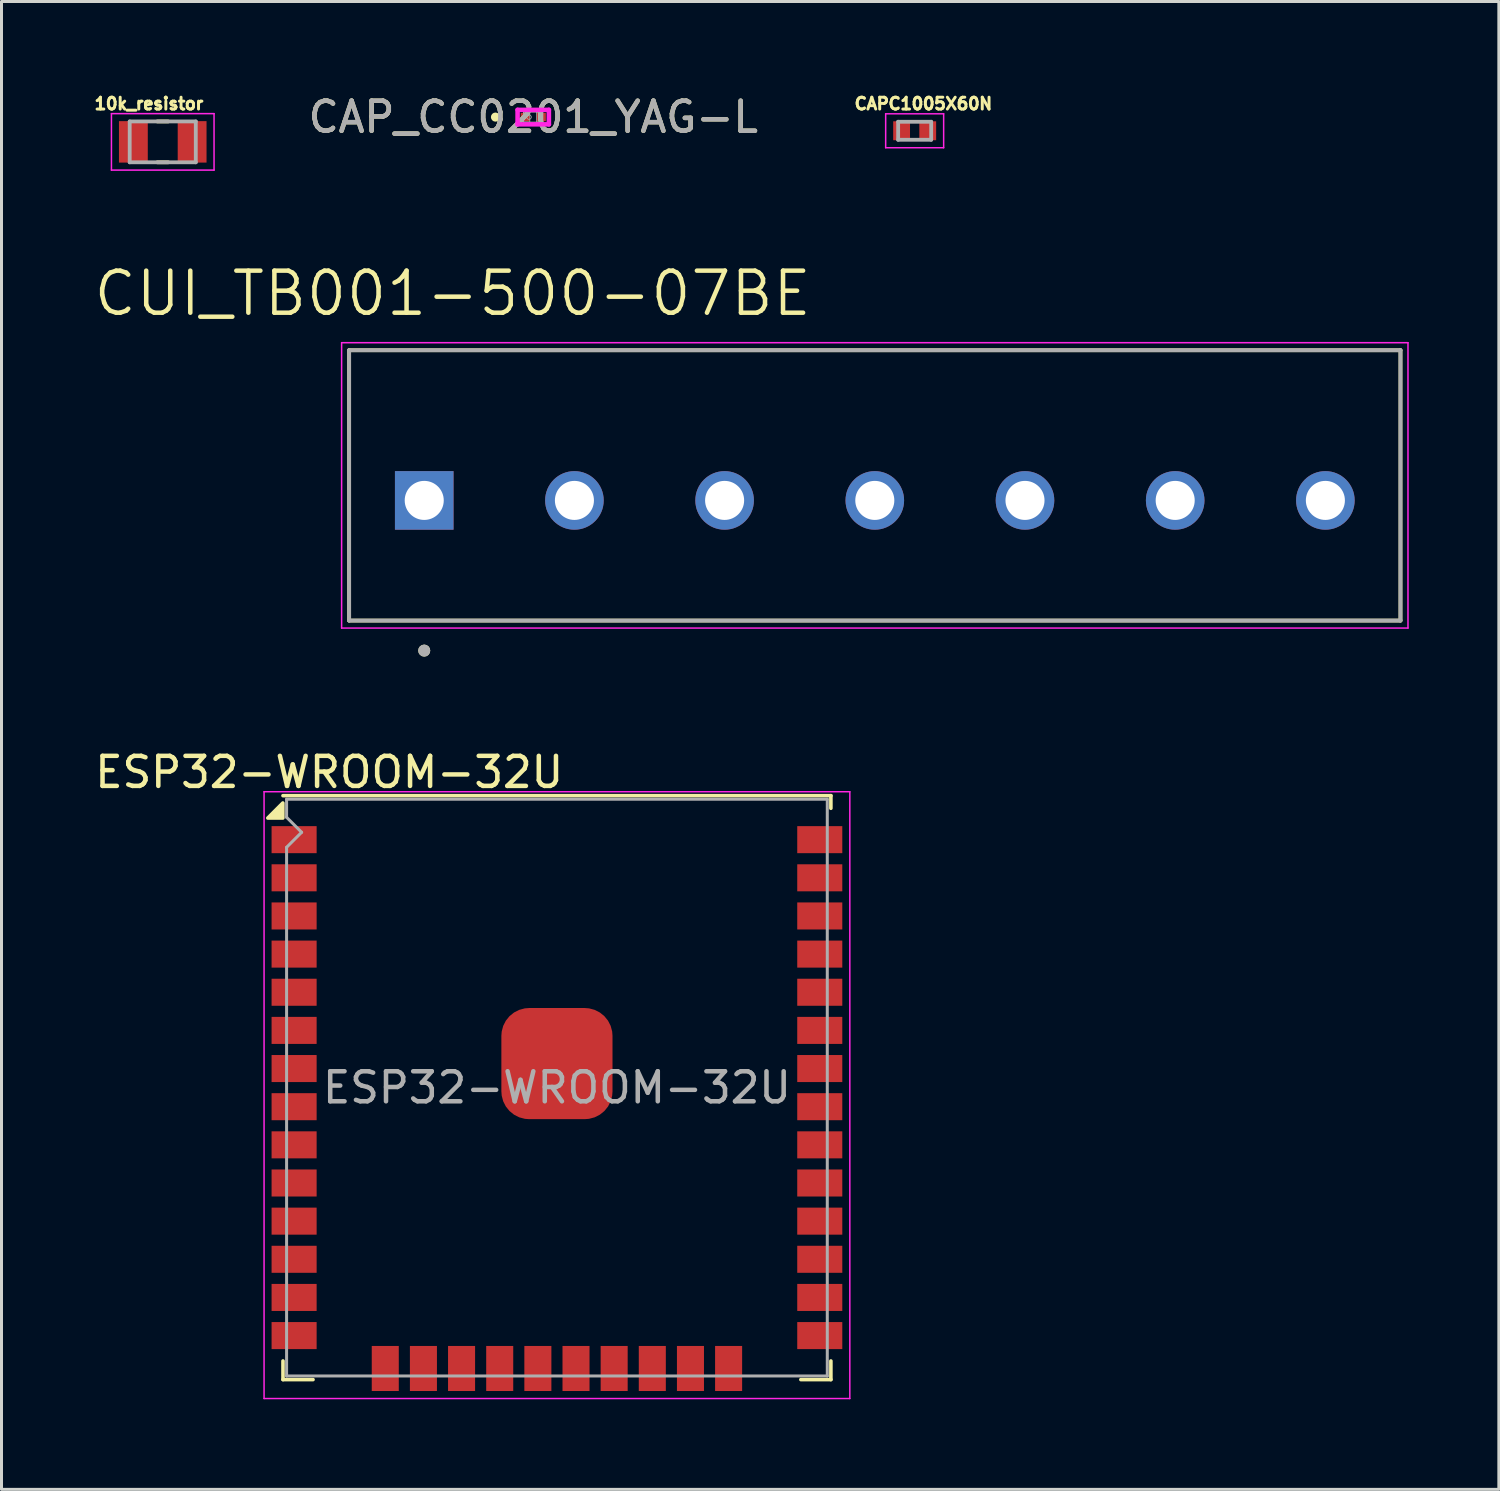
<source format=kicad_pcb>
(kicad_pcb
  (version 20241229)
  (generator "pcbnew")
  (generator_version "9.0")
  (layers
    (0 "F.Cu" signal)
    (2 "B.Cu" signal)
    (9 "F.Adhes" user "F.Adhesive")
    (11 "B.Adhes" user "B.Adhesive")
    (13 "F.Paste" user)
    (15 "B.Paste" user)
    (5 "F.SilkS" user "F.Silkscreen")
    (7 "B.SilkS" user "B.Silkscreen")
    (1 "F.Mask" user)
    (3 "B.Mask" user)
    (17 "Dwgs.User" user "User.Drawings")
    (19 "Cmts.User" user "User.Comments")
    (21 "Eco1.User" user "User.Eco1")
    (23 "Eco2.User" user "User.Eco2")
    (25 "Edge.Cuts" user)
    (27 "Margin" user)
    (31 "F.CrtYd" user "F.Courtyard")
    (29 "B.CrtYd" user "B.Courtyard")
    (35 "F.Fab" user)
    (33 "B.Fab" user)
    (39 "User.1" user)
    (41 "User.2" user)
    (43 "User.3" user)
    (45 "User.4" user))
  (footprint "CUI_TB001-500-07BE"
    (layer "F.Cu")
    (at 11.073 13.609)
    (property "Reference" "CUI_TB001-500-07BE" (at 0.945 -6.889 0) (layer "F.SilkS") (effects (font (size 1.4 1.4) (thickness 0.15))))
    (attr through_hole)
    (fp_line (start -2.5 -5) (end 32.5 -5) (stroke (width 0.127) (type solid)) (layer "F.SilkS"))
    (fp_line (start -2.5 4) (end -2.5 -5) (stroke (width 0.127) (type solid)) (layer "F.SilkS"))
    (fp_line (start 32.5 -5) (end 32.5 4) (stroke (width 0.127) (type solid)) (layer "F.SilkS"))
    (fp_line (start 32.5 4) (end -2.5 4) (stroke (width 0.127) (type solid)) (layer "F.SilkS"))
    (fp_circle (center 0 5) (end 0.1 5) (stroke (width 0.2) (type solid)) (fill no) (layer "F.SilkS"))
    (fp_line (start -2.75 -5.25) (end 32.75 -5.25) (stroke (width 0.05) (type solid)) (layer "F.CrtYd"))
    (fp_line (start -2.75 4.25) (end -2.75 -5.25) (stroke (width 0.05) (type solid)) (layer "F.CrtYd"))
    (fp_line (start 32.75 -5.25) (end 32.75 4.25) (stroke (width 0.05) (type solid)) (layer "F.CrtYd"))
    (fp_line (start 32.75 4.25) (end -2.75 4.25) (stroke (width 0.05) (type solid)) (layer "F.CrtYd"))
    (fp_line (start -2.5 -5) (end 32.5 -5) (stroke (width 0.127) (type solid)) (layer "F.Fab"))
    (fp_line (start -2.5 4) (end -2.5 -5) (stroke (width 0.127) (type solid)) (layer "F.Fab"))
    (fp_line (start 32.5 -5) (end 32.5 4) (stroke (width 0.127) (type solid)) (layer "F.Fab"))
    (fp_line (start 32.5 4) (end -2.5 4) (stroke (width 0.127) (type solid)) (layer "F.Fab"))
    (fp_circle (center 0 5) (end 0.1 5) (stroke (width 0.2) (type solid)) (fill no) (layer "F.Fab"))
    (pad "1" thru_hole rect (at 0 0) (size 1.95 1.95) (drill 1.3) (layers "*.Cu" "*.Mask"))
    (pad "2" thru_hole circle (at 5 0) (size 1.95 1.95) (drill 1.3) (layers "*.Cu" "*.Mask"))
    (pad "3" thru_hole circle (at 10 0) (size 1.95 1.95) (drill 1.3) (layers "*.Cu" "*.Mask"))
    (pad "4" thru_hole circle (at 15 0) (size 1.95 1.95) (drill 1.3) (layers "*.Cu" "*.Mask"))
    (pad "5" thru_hole circle (at 20 0) (size 1.95 1.95) (drill 1.3) (layers "*.Cu" "*.Mask"))
    (pad "6" thru_hole circle (at 25 0) (size 1.95 1.95) (drill 1.3) (layers "*.Cu" "*.Mask"))
    (pad "7" thru_hole circle (at 30 0) (size 1.95 1.95) (drill 1.3) (layers "*.Cu" "*.Mask")))
  (footprint "CAPC1005X60N"
    (layer "F.Cu")
    (at 27.4 1.303)
    (property "Reference" "CAPC1005X60N" (at 0.29 -0.9 0) (layer "F.SilkS") (effects (font (size 0.394 0.394) (thickness 0.15))))
    (attr smd)
    (fp_line (start -0.965 -0.565) (end 0.965 -0.565) (stroke (width 0.05) (type solid)) (layer "F.CrtYd"))
    (fp_line (start -0.965 0.565) (end -0.965 -0.565) (stroke (width 0.05) (type solid)) (layer "F.CrtYd"))
    (fp_line (start -0.965 0.565) (end 0.965 0.565) (stroke (width 0.05) (type solid)) (layer "F.CrtYd"))
    (fp_line (start 0.965 0.565) (end 0.965 -0.565) (stroke (width 0.05) (type solid)) (layer "F.CrtYd"))
    (fp_line (start -0.55 0.3) (end -0.55 -0.3) (stroke (width 0.127) (type solid)) (layer "F.Fab"))
    (fp_line (start 0.55 -0.3) (end -0.55 -0.3) (stroke (width 0.127) (type solid)) (layer "F.Fab"))
    (fp_line (start 0.55 0.3) (end -0.55 0.3) (stroke (width 0.127) (type solid)) (layer "F.Fab"))
    (fp_line (start 0.55 0.3) (end 0.55 -0.3) (stroke (width 0.127) (type solid)) (layer "F.Fab"))
    (pad "1" smd rect (at -0.435 0) (size 0.56 0.63) (layers "F.Cu" "F.Mask" "F.Paste"))
    (pad "2" smd rect (at 0.435 0) (size 0.56 0.63) (layers "F.Cu" "F.Mask" "F.Paste")))
  (footprint "CAP_CC0201_YAG-L"
    (layer "F.Cu")
    (at 14.702 0.848)
    (property "Reference" "CAP_CC0201_YAG-L" (at 0 0 0) (unlocked yes) (layer "F.SilkS") (effects (font (size 1 1) (thickness 0.15))))
    (attr smd)
    (fp_circle (center -1.257 0) (end -1.181 0) (stroke (width 0.152) (type solid)) (fill no) (layer "F.SilkS"))
    (fp_line (start -0.521 -0.241) (end 0.521 -0.241) (stroke (width 0.152) (type solid)) (layer "F.CrtYd"))
    (fp_line (start -0.521 0.241) (end -0.521 -0.241) (stroke (width 0.152) (type solid)) (layer "F.CrtYd"))
    (fp_line (start 0.521 -0.241) (end 0.521 0.241) (stroke (width 0.152) (type solid)) (layer "F.CrtYd"))
    (fp_line (start 0.521 0.241) (end -0.521 0.241) (stroke (width 0.152) (type solid)) (layer "F.CrtYd"))
    (fp_line (start -0.318 -0.165) (end -0.318 0.165) (stroke (width 0.025) (type solid)) (layer "F.Fab"))
    (fp_line (start -0.318 -0.165) (end -0.318 0.165) (stroke (width 0.025) (type solid)) (layer "F.Fab"))
    (fp_line (start -0.318 0.165) (end -0.114 0.165) (stroke (width 0.025) (type solid)) (layer "F.Fab"))
    (fp_line (start -0.318 0.165) (end 0.318 0.165) (stroke (width 0.025) (type solid)) (layer "F.Fab"))
    (fp_line (start -0.114 -0.165) (end -0.318 -0.165) (stroke (width 0.025) (type solid)) (layer "F.Fab"))
    (fp_line (start -0.114 0.165) (end -0.114 -0.165) (stroke (width 0.025) (type solid)) (layer "F.Fab"))
    (fp_line (start 0.114 -0.165) (end 0.114 0.165) (stroke (width 0.025) (type solid)) (layer "F.Fab"))
    (fp_line (start 0.114 0.165) (end 0.318 0.165) (stroke (width 0.025) (type solid)) (layer "F.Fab"))
    (fp_line (start 0.318 -0.165) (end -0.318 -0.165) (stroke (width 0.025) (type solid)) (layer "F.Fab"))
    (fp_line (start 0.318 -0.165) (end 0.114 -0.165) (stroke (width 0.025) (type solid)) (layer "F.Fab"))
    (fp_line (start 0.318 0.165) (end 0.318 -0.165) (stroke (width 0.025) (type solid)) (layer "F.Fab"))
    (fp_line (start 0.318 0.165) (end 0.318 -0.165) (stroke (width 0.025) (type solid)) (layer "F.Fab"))
    (fp_circle (center -0.14 0) (end -0.064 0) (stroke (width 0.025) (type solid)) (fill no) (layer "F.Fab"))
    (fp_text user "${REFERENCE}" (at 0 0 0) (unlocked yes) (layer "F.Fab") (effects (font (size 1 1) (thickness 0.15))))
    (pad "1" smd rect (at -0.267 0) (size 0.305 0.279) (layers "F.Cu" "F.Mask" "F.Paste"))
    (pad "2" smd rect (at 0.267 0) (size 0.305 0.279) (layers "F.Cu" "F.Mask" "F.Paste"))
    (zone (net_name "") (layer "F.Cu") (hatch full 0.508) (connect_pads) (min_thickness 0.254) (filled_areas_thickness no) (keepout (tracks not_allowed) (vias not_allowed) (pads allowed) (copperpour not_allowed) (footprints allowed)) (placement (enabled no)) (fill) (polygon (pts (xy 14.639 0.734) (xy 14.766 0.734) (xy 14.766 0.963) (xy 14.639 0.963)))))
  (footprint "ESP32-WROOM-32U"
    (layer "F.Cu")
    (at 15.491 33.158)
    (property "Reference" "ESP32-WROOM-32U" (at -7.58 -10.5 180) (layer "F.SilkS") (effects (font (size 1 1) (thickness 0.15))))
    (attr smd)
    (fp_line (start -9.12 -9.72) (end 9.12 -9.72) (stroke (width 0.12) (type solid)) (layer "F.SilkS"))
    (fp_line (start -9.12 9.1) (end -9.12 9.72) (stroke (width 0.12) (type solid)) (layer "F.SilkS"))
    (fp_line (start -9.12 9.72) (end -8.12 9.72) (stroke (width 0.12) (type solid)) (layer "F.SilkS"))
    (fp_line (start 9.12 -9.72) (end 9.12 -9.3) (stroke (width 0.12) (type solid)) (layer "F.SilkS"))
    (fp_line (start 9.12 9.1) (end 9.12 9.72) (stroke (width 0.12) (type solid)) (layer "F.SilkS"))
    (fp_line (start 9.12 9.72) (end 8.12 9.72) (stroke (width 0.12) (type solid)) (layer "F.SilkS"))
    (fp_poly (pts (xy -9.125 -8.975) (xy -9.625 -8.975) (xy -9.125 -9.475) (xy -9.125 -8.975)) (stroke (width 0.12) (type solid)) (fill yes) (layer "F.SilkS"))
    (fp_line (start -9.75 10.35) (end -9.75 -9.85) (stroke (width 0.05) (type solid)) (layer "F.CrtYd"))
    (fp_line (start -9.75 10.35) (end 9.75 10.35) (stroke (width 0.05) (type solid)) (layer "F.CrtYd"))
    (fp_line (start 9.75 -9.85) (end -9.75 -9.85) (stroke (width 0.05) (type solid)) (layer "F.CrtYd"))
    (fp_line (start 9.75 -9.85) (end 9.75 10.35) (stroke (width 0.05) (type solid)) (layer "F.CrtYd"))
    (fp_line (start -9 -9.6) (end -9 -9) (stroke (width 0.1) (type solid)) (layer "F.Fab"))
    (fp_line (start -9 -9.6) (end 9 -9.6) (stroke (width 0.1) (type solid)) (layer "F.Fab"))
    (fp_line (start -9 -8) (end -9 9.6) (stroke (width 0.1) (type solid)) (layer "F.Fab"))
    (fp_line (start -9 -8) (end -8.5 -8.5) (stroke (width 0.1) (type solid)) (layer "F.Fab"))
    (fp_line (start -9 9.6) (end 9 9.6) (stroke (width 0.1) (type solid)) (layer "F.Fab"))
    (fp_line (start -8.5 -8.5) (end -9 -9) (stroke (width 0.1) (type solid)) (layer "F.Fab"))
    (fp_line (start 9 9.6) (end 9 -9.6) (stroke (width 0.1) (type solid)) (layer "F.Fab"))
    (fp_text user "${REFERENCE}" (at 0 0 0) (layer "F.Fab") (effects (font (size 1 1) (thickness 0.15))))
    (pad "1" smd rect (at -8.75 -8.255) (size 1.5 0.9) (layers "F.Cu" "F.Mask" "F.Paste"))
    (pad "2" smd rect (at -8.75 -6.985) (size 1.5 0.9) (layers "F.Cu" "F.Mask" "F.Paste"))
    (pad "3" smd rect (at -8.75 -5.715) (size 1.5 0.9) (layers "F.Cu" "F.Mask" "F.Paste"))
    (pad "4" smd rect (at -8.75 -4.445) (size 1.5 0.9) (layers "F.Cu" "F.Mask" "F.Paste"))
    (pad "5" smd rect (at -8.75 -3.175) (size 1.5 0.9) (layers "F.Cu" "F.Mask" "F.Paste"))
    (pad "6" smd rect (at -8.75 -1.905) (size 1.5 0.9) (layers "F.Cu" "F.Mask" "F.Paste"))
    (pad "7" smd rect (at -8.75 -0.635) (size 1.5 0.9) (layers "F.Cu" "F.Mask" "F.Paste"))
    (pad "8" smd rect (at -8.75 0.635) (size 1.5 0.9) (layers "F.Cu" "F.Mask" "F.Paste"))
    (pad "9" smd rect (at -8.75 1.905) (size 1.5 0.9) (layers "F.Cu" "F.Mask" "F.Paste"))
    (pad "10" smd rect (at -8.75 3.175) (size 1.5 0.9) (layers "F.Cu" "F.Mask" "F.Paste"))
    (pad "11" smd rect (at -8.75 4.445) (size 1.5 0.9) (layers "F.Cu" "F.Mask" "F.Paste"))
    (pad "12" smd rect (at -8.75 5.715) (size 1.5 0.9) (layers "F.Cu" "F.Mask" "F.Paste"))
    (pad "13" smd rect (at -8.75 6.985) (size 1.5 0.9) (layers "F.Cu" "F.Mask" "F.Paste"))
    (pad "14" smd rect (at -8.75 8.255) (size 1.5 0.9) (layers "F.Cu" "F.Mask" "F.Paste"))
    (pad "15" smd rect (at -5.715 9.35 90) (size 1.5 0.9) (layers "F.Cu" "F.Mask" "F.Paste"))
    (pad "16" smd rect (at -4.445 9.35 90) (size 1.5 0.9) (layers "F.Cu" "F.Mask" "F.Paste"))
    (pad "17" smd rect (at -3.175 9.35 90) (size 1.5 0.9) (layers "F.Cu" "F.Mask" "F.Paste"))
    (pad "18" smd rect (at -1.905 9.35 90) (size 1.5 0.9) (layers "F.Cu" "F.Mask" "F.Paste"))
    (pad "19" smd rect (at -0.635 9.35 90) (size 1.5 0.9) (layers "F.Cu" "F.Mask" "F.Paste"))
    (pad "20" smd rect (at 0.635 9.35 90) (size 1.5 0.9) (layers "F.Cu" "F.Mask" "F.Paste"))
    (pad "21" smd rect (at 1.905 9.35 90) (size 1.5 0.9) (layers "F.Cu" "F.Mask" "F.Paste"))
    (pad "22" smd rect (at 3.175 9.35 90) (size 1.5 0.9) (layers "F.Cu" "F.Mask" "F.Paste"))
    (pad "23" smd rect (at 4.445 9.35 90) (size 1.5 0.9) (layers "F.Cu" "F.Mask" "F.Paste"))
    (pad "24" smd rect (at 5.715 9.35 90) (size 1.5 0.9) (layers "F.Cu" "F.Mask" "F.Paste"))
    (pad "25" smd rect (at 8.75 8.255) (size 1.5 0.9) (layers "F.Cu" "F.Mask" "F.Paste"))
    (pad "26" smd rect (at 8.75 6.985) (size 1.5 0.9) (layers "F.Cu" "F.Mask" "F.Paste"))
    (pad "27" smd rect (at 8.75 5.715) (size 1.5 0.9) (layers "F.Cu" "F.Mask" "F.Paste"))
    (pad "28" smd rect (at 8.75 4.445) (size 1.5 0.9) (layers "F.Cu" "F.Mask" "F.Paste"))
    (pad "29" smd rect (at 8.75 3.175) (size 1.5 0.9) (layers "F.Cu" "F.Mask" "F.Paste"))
    (pad "30" smd rect (at 8.75 1.905) (size 1.5 0.9) (layers "F.Cu" "F.Mask" "F.Paste"))
    (pad "31" smd rect (at 8.75 0.635) (size 1.5 0.9) (layers "F.Cu" "F.Mask" "F.Paste"))
    (pad "32" smd rect (at 8.75 -0.635) (size 1.5 0.9) (layers "F.Cu" "F.Mask" "F.Paste"))
    (pad "33" smd rect (at 8.75 -1.905) (size 1.5 0.9) (layers "F.Cu" "F.Mask" "F.Paste"))
    (pad "34" smd rect (at 8.75 -3.175) (size 1.5 0.9) (layers "F.Cu" "F.Mask" "F.Paste"))
    (pad "35" smd rect (at 8.75 -4.445) (size 1.5 0.9) (layers "F.Cu" "F.Mask" "F.Paste"))
    (pad "36" smd rect (at 8.75 -5.715) (size 1.5 0.9) (layers "F.Cu" "F.Mask" "F.Paste"))
    (pad "37" smd rect (at 8.75 -6.985) (size 1.5 0.9) (layers "F.Cu" "F.Mask" "F.Paste"))
    (pad "38" smd rect (at 8.75 -8.255) (size 1.5 0.9) (layers "F.Cu" "F.Mask" "F.Paste"))
    (pad "39" smd roundrect (at 0 -0.8) (size 3.7 3.7) (layers "F.Cu" "F.Mask" "F.Paste") (roundrect_rratio 0.25)))
  (footprint "10k_resistor"
    (layer "F.Cu")
    (at 2.368 1.673)
    (property "Reference" "10k_resistor" (at -0.46 -1.27 0) (layer "F.SilkS") (effects (font (size 0.394 0.394) (thickness 0.15))))
    (attr smd)
    (fp_line (start -0.18 -0.68) (end 0.18 -0.68) (stroke (width 0.127) (type solid)) (layer "F.SilkS"))
    (fp_line (start -0.18 0.68) (end 0.18 0.68) (stroke (width 0.127) (type solid)) (layer "F.SilkS"))
    (fp_line (start -1.708 -0.94) (end 1.708 -0.94) (stroke (width 0.05) (type solid)) (layer "F.CrtYd"))
    (fp_line (start -1.708 0.94) (end -1.708 -0.94) (stroke (width 0.05) (type solid)) (layer "F.CrtYd"))
    (fp_line (start -1.708 0.94) (end 1.708 0.94) (stroke (width 0.05) (type solid)) (layer "F.CrtYd"))
    (fp_line (start 1.708 0.94) (end 1.708 -0.94) (stroke (width 0.05) (type solid)) (layer "F.CrtYd"))
    (fp_line (start -1.1 0.68) (end -1.1 -0.68) (stroke (width 0.127) (type solid)) (layer "F.Fab"))
    (fp_line (start 1.1 -0.68) (end -1.1 -0.68) (stroke (width 0.127) (type solid)) (layer "F.Fab"))
    (fp_line (start 1.1 0.68) (end -1.1 0.68) (stroke (width 0.127) (type solid)) (layer "F.Fab"))
    (fp_line (start 1.1 0.68) (end 1.1 -0.68) (stroke (width 0.127) (type solid)) (layer "F.Fab"))
    (pad "1" smd rect (at -0.978 0) (size 0.96 1.38) (layers "F.Cu" "F.Mask" "F.Paste"))
    (pad "2" smd rect (at 0.978 0) (size 0.96 1.38) (layers "F.Cu" "F.Mask" "F.Paste")))
  (gr_rect
    (start -3 -3)
    (end 46.848 46.533)
    (stroke (width 0.1) (type default))
    (fill no)
    (layer "Edge.Cuts")))
</source>
